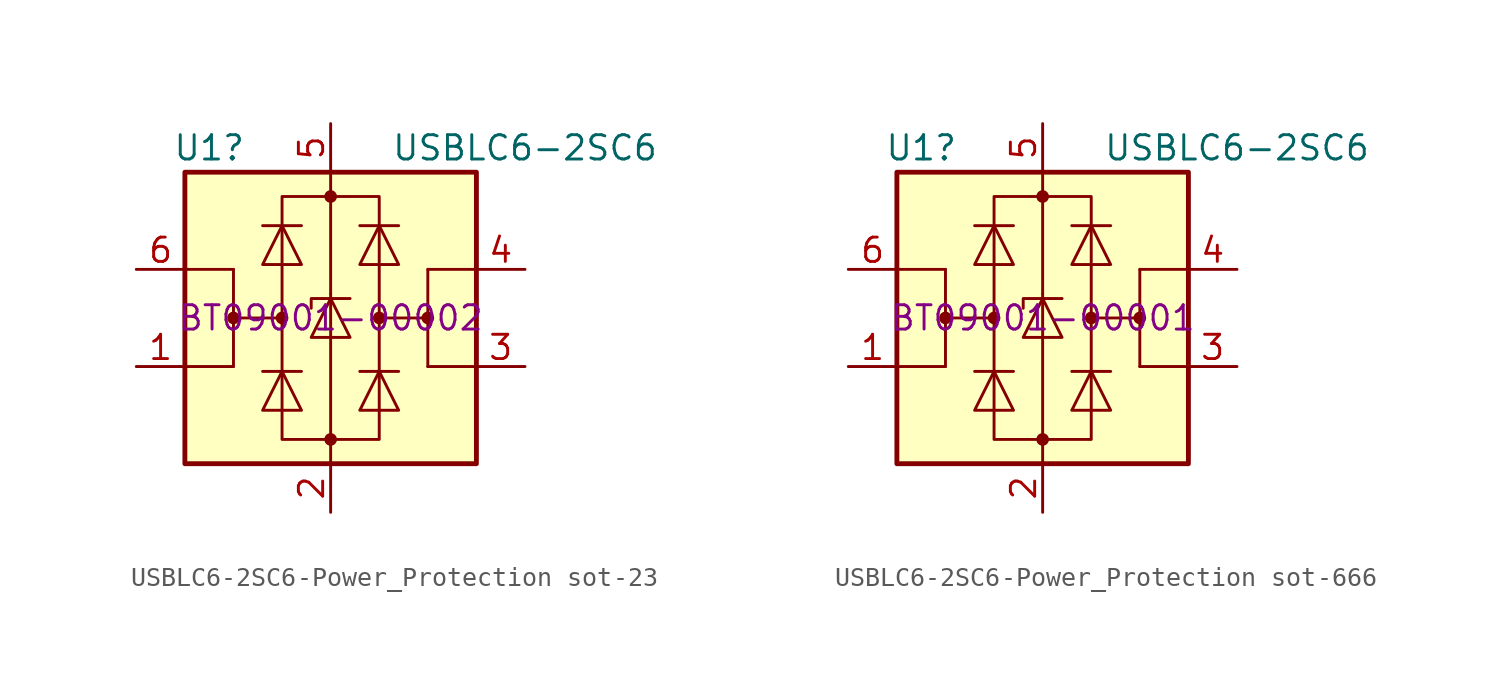
<source format=kicad_sym>
(kicad_symbol_lib
  (version 20231120)
  (generator "kicad_symbol_editor")
  (generator_version "8.0")
  (symbol "USBLC6-2SC6-Power_Protection sot-23"
    (pin_names hide)
    (property "Reference" "U1"
      (at -6.35 8.89 0)
      (effects (font (size 1.27 1.27))))
    (property "Value" "USBLC6-2SC6"
      (at 10.16 8.89 0)
      (effects (font (size 1.27 1.27))))
    (property "CPN" "BT09001-00002"
      (at 0 0 0)
      (effects (font (size 1.27 1.27))))
    (symbol "USBLC6-2SC6-Power_Protection sot-23_0_1"
      (rectangle (start -7.62 -7.62) (end 7.62 7.62) (stroke (width 0.254) (type solid)) (fill (type background)))
      (circle (center -5.08 0) (radius 0.254) (stroke (width 0) (type solid)) (fill (type outline)))
      (circle (center -2.54 0) (radius 0.254) (stroke (width 0) (type solid)) (fill (type outline)))
      (rectangle (start -2.54 6.35) (end 2.54 -6.35) (stroke (width 0) (type solid)) (fill (type none)))
      (circle (center 0 -6.35) (radius 0.254) (stroke (width 0) (type solid)) (fill (type outline)))
      (polyline (pts (xy -5.08 -2.54) (xy -7.62 -2.54)) (stroke (width 0) (type solid)) (fill (type none)))
      (polyline (pts (xy -5.08 0) (xy -5.08 -2.54)) (stroke (width 0) (type solid)) (fill (type none)))
      (polyline (pts (xy -5.08 2.54) (xy -7.62 2.54)) (stroke (width 0) (type solid)) (fill (type none)))
      (polyline (pts (xy -1.524 -2.794) (xy -3.556 -2.794)) (stroke (width 0) (type solid)) (fill (type none)))
      (polyline (pts (xy -1.524 4.826) (xy -3.556 4.826)) (stroke (width 0) (type solid)) (fill (type none)))
      (polyline (pts (xy 0 -7.62) (xy 0 -6.35)) (stroke (width 0) (type solid)) (fill (type none)))
      (polyline (pts (xy 0 -6.35) (xy 0 1.27)) (stroke (width 0) (type solid)) (fill (type none)))
      (polyline (pts (xy 0 1.27) (xy 0 6.35)) (stroke (width 0) (type solid)) (fill (type none)))
      (polyline (pts (xy 0 6.35) (xy 0 7.62)) (stroke (width 0) (type solid)) (fill (type none)))
      (polyline (pts (xy 1.524 -2.794) (xy 3.556 -2.794)) (stroke (width 0) (type solid)) (fill (type none)))
      (polyline (pts (xy 1.524 4.826) (xy 3.556 4.826)) (stroke (width 0) (type solid)) (fill (type none)))
      (polyline (pts (xy 5.08 -2.54) (xy 7.62 -2.54)) (stroke (width 0) (type solid)) (fill (type none)))
      (polyline (pts (xy 5.08 0) (xy 5.08 -2.54)) (stroke (width 0) (type solid)) (fill (type none)))
      (polyline (pts (xy 5.08 2.54) (xy 7.62 2.54)) (stroke (width 0) (type solid)) (fill (type none)))
      (polyline (pts (xy -2.54 0) (xy -5.08 0) (xy -5.08 2.54)) (stroke (width 0) (type solid)) (fill (type none)))
      (polyline (pts (xy 2.54 0) (xy 5.08 0) (xy 5.08 2.54)) (stroke (width 0) (type solid)) (fill (type none)))
      (polyline (pts (xy -3.556 -4.826) (xy -1.524 -4.826) (xy -2.54 -2.794) (xy -3.556 -4.826)) (stroke (width 0) (type solid)) (fill (type none)))
      (polyline (pts (xy -3.556 2.794) (xy -1.524 2.794) (xy -2.54 4.826) (xy -3.556 2.794)) (stroke (width 0) (type solid)) (fill (type none)))
      (polyline (pts (xy -1.016 -1.016) (xy 1.016 -1.016) (xy 0 1.016) (xy -1.016 -1.016)) (stroke (width 0) (type solid)) (fill (type none)))
      (polyline (pts (xy 1.016 1.016) (xy 0.762 1.016) (xy -1.016 1.016) (xy -1.016 0.508)) (stroke (width 0) (type solid)) (fill (type none)))
      (polyline (pts (xy 3.556 -4.826) (xy 1.524 -4.826) (xy 2.54 -2.794) (xy 3.556 -4.826)) (stroke (width 0) (type solid)) (fill (type none)))
      (polyline (pts (xy 3.556 2.794) (xy 1.524 2.794) (xy 2.54 4.826) (xy 3.556 2.794)) (stroke (width 0) (type solid)) (fill (type none)))
      (circle (center 0 6.35) (radius 0.254) (stroke (width 0) (type solid)) (fill (type outline)))
      (circle (center 2.54 0) (radius 0.254) (stroke (width 0) (type solid)) (fill (type outline)))
      (circle (center 5.08 0) (radius 0.254) (stroke (width 0) (type solid)) (fill (type outline))))
    (symbol "USBLC6-2SC6-Power_Protection sot-23_1_1"
      (pin passive line (at -10.16 -2.54 0) (length 2.54) (name "I/O1" (effects (font (size 1.27 1.27)))) (number "1" (effects (font (size 1.27 1.27)))))
      (pin passive line (at 0 -10.16 90) (length 2.54) (name "GND" (effects (font (size 1.27 1.27)))) (number "2" (effects (font (size 1.27 1.27)))))
      (pin passive line (at 10.16 -2.54 180) (length 2.54) (name "I/O2" (effects (font (size 1.27 1.27)))) (number "3" (effects (font (size 1.27 1.27)))))
      (pin passive line (at 10.16 2.54 180) (length 2.54) (name "I/O2" (effects (font (size 1.27 1.27)))) (number "4" (effects (font (size 1.27 1.27)))))
      (pin passive line (at 0 10.16 270) (length 2.54) (name "VBUS" (effects (font (size 1.27 1.27)))) (number "5" (effects (font (size 1.27 1.27)))))
      (pin passive line (at -10.16 2.54 0) (length 2.54) (name "I/O1" (effects (font (size 1.27 1.27)))) (number "6" (effects (font (size 1.27 1.27)))))))
  (symbol "USBLC6-2SC6-Power_Protection sot-666"
    (pin_names hide)
    (property "Reference" "U1"
      (at -6.35 8.89 0)
      (effects (font (size 1.27 1.27))))
    (property "Value" "USBLC6-2SC6"
      (at 10.16 8.89 0)
      (effects (font (size 1.27 1.27))))
    (property "CPN" "BT09001-00001"
      (at 0 0 0)
      (effects (font (size 1.27 1.27))))
    (symbol "USBLC6-2SC6-Power_Protection sot-666_0_1"
      (rectangle (start -7.62 -7.62) (end 7.62 7.62) (stroke (width 0.254) (type solid)) (fill (type background)))
      (circle (center -5.08 0) (radius 0.254) (stroke (width 0) (type solid)) (fill (type outline)))
      (circle (center -2.54 0) (radius 0.254) (stroke (width 0) (type solid)) (fill (type outline)))
      (rectangle (start -2.54 6.35) (end 2.54 -6.35) (stroke (width 0) (type solid)) (fill (type none)))
      (circle (center 0 -6.35) (radius 0.254) (stroke (width 0) (type solid)) (fill (type outline)))
      (polyline (pts (xy -5.08 -2.54) (xy -7.62 -2.54)) (stroke (width 0) (type solid)) (fill (type none)))
      (polyline (pts (xy -5.08 0) (xy -5.08 -2.54)) (stroke (width 0) (type solid)) (fill (type none)))
      (polyline (pts (xy -5.08 2.54) (xy -7.62 2.54)) (stroke (width 0) (type solid)) (fill (type none)))
      (polyline (pts (xy -1.524 -2.794) (xy -3.556 -2.794)) (stroke (width 0) (type solid)) (fill (type none)))
      (polyline (pts (xy -1.524 4.826) (xy -3.556 4.826)) (stroke (width 0) (type solid)) (fill (type none)))
      (polyline (pts (xy 0 -7.62) (xy 0 -6.35)) (stroke (width 0) (type solid)) (fill (type none)))
      (polyline (pts (xy 0 -6.35) (xy 0 1.27)) (stroke (width 0) (type solid)) (fill (type none)))
      (polyline (pts (xy 0 1.27) (xy 0 6.35)) (stroke (width 0) (type solid)) (fill (type none)))
      (polyline (pts (xy 0 6.35) (xy 0 7.62)) (stroke (width 0) (type solid)) (fill (type none)))
      (polyline (pts (xy 1.524 -2.794) (xy 3.556 -2.794)) (stroke (width 0) (type solid)) (fill (type none)))
      (polyline (pts (xy 1.524 4.826) (xy 3.556 4.826)) (stroke (width 0) (type solid)) (fill (type none)))
      (polyline (pts (xy 5.08 -2.54) (xy 7.62 -2.54)) (stroke (width 0) (type solid)) (fill (type none)))
      (polyline (pts (xy 5.08 0) (xy 5.08 -2.54)) (stroke (width 0) (type solid)) (fill (type none)))
      (polyline (pts (xy 5.08 2.54) (xy 7.62 2.54)) (stroke (width 0) (type solid)) (fill (type none)))
      (polyline (pts (xy -2.54 0) (xy -5.08 0) (xy -5.08 2.54)) (stroke (width 0) (type solid)) (fill (type none)))
      (polyline (pts (xy 2.54 0) (xy 5.08 0) (xy 5.08 2.54)) (stroke (width 0) (type solid)) (fill (type none)))
      (polyline (pts (xy -3.556 -4.826) (xy -1.524 -4.826) (xy -2.54 -2.794) (xy -3.556 -4.826)) (stroke (width 0) (type solid)) (fill (type none)))
      (polyline (pts (xy -3.556 2.794) (xy -1.524 2.794) (xy -2.54 4.826) (xy -3.556 2.794)) (stroke (width 0) (type solid)) (fill (type none)))
      (polyline (pts (xy -1.016 -1.016) (xy 1.016 -1.016) (xy 0 1.016) (xy -1.016 -1.016)) (stroke (width 0) (type solid)) (fill (type none)))
      (polyline (pts (xy 1.016 1.016) (xy 0.762 1.016) (xy -1.016 1.016) (xy -1.016 0.508)) (stroke (width 0) (type solid)) (fill (type none)))
      (polyline (pts (xy 3.556 -4.826) (xy 1.524 -4.826) (xy 2.54 -2.794) (xy 3.556 -4.826)) (stroke (width 0) (type solid)) (fill (type none)))
      (polyline (pts (xy 3.556 2.794) (xy 1.524 2.794) (xy 2.54 4.826) (xy 3.556 2.794)) (stroke (width 0) (type solid)) (fill (type none)))
      (circle (center 0 6.35) (radius 0.254) (stroke (width 0) (type solid)) (fill (type outline)))
      (circle (center 2.54 0) (radius 0.254) (stroke (width 0) (type solid)) (fill (type outline)))
      (circle (center 5.08 0) (radius 0.254) (stroke (width 0) (type solid)) (fill (type outline))))
    (symbol "USBLC6-2SC6-Power_Protection sot-666_1_1"
      (pin passive line (at -10.16 -2.54 0) (length 2.54) (name "I/O1" (effects (font (size 1.27 1.27)))) (number "1" (effects (font (size 1.27 1.27)))))
      (pin passive line (at 0 -10.16 90) (length 2.54) (name "GND" (effects (font (size 1.27 1.27)))) (number "2" (effects (font (size 1.27 1.27)))))
      (pin passive line (at 10.16 -2.54 180) (length 2.54) (name "I/O2" (effects (font (size 1.27 1.27)))) (number "3" (effects (font (size 1.27 1.27)))))
      (pin passive line (at 10.16 2.54 180) (length 2.54) (name "I/O2" (effects (font (size 1.27 1.27)))) (number "4" (effects (font (size 1.27 1.27)))))
      (pin passive line (at 0 10.16 270) (length 2.54) (name "VBUS" (effects (font (size 1.27 1.27)))) (number "5" (effects (font (size 1.27 1.27)))))
      (pin passive line (at -10.16 2.54 0) (length 2.54) (name "I/O1" (effects (font (size 1.27 1.27)))) (number "6" (effects (font (size 1.27 1.27))))))))
</source>
